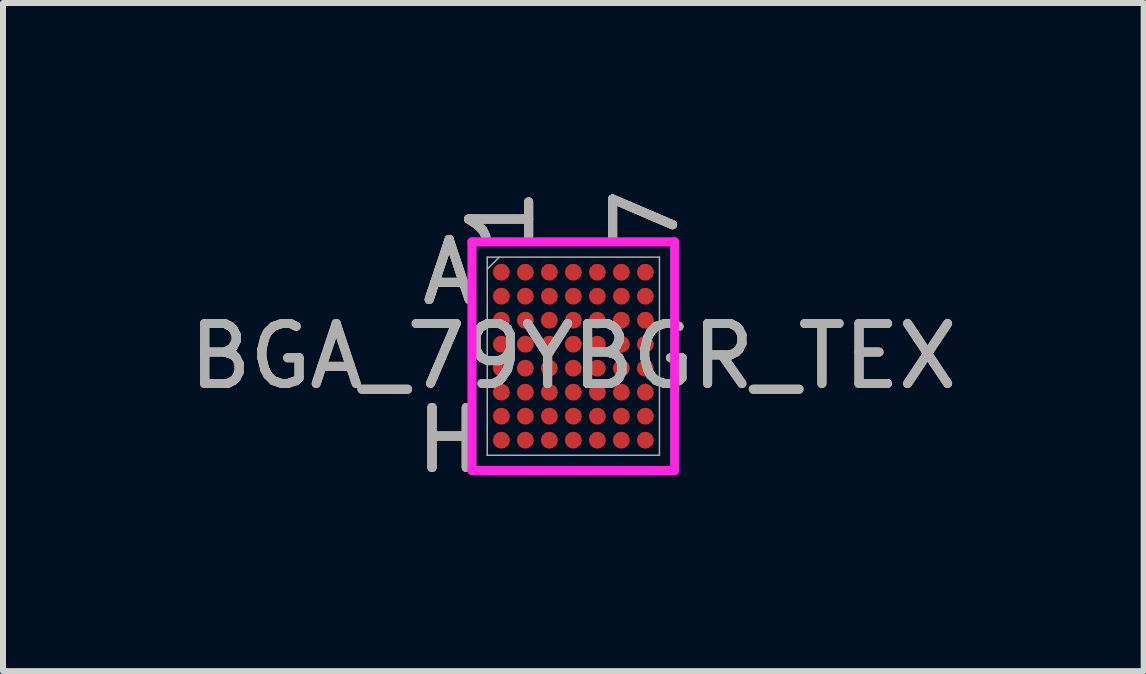
<source format=kicad_pcb>
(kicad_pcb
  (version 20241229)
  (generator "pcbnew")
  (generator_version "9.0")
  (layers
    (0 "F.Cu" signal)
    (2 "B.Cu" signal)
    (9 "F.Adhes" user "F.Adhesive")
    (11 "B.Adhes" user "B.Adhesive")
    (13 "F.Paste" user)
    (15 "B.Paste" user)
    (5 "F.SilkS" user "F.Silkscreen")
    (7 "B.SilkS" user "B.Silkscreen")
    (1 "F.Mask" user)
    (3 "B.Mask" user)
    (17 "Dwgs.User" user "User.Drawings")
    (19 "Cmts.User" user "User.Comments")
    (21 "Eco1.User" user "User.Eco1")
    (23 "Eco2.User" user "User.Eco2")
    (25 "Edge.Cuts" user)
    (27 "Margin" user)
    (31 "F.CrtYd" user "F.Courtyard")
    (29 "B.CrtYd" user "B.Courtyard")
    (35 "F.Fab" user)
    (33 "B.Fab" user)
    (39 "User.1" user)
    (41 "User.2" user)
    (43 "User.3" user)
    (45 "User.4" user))
  (footprint "BGA_79YBGR_TEX"
    (layer "F.Cu")
    (at 6.506 2.887)
    (property "Reference" "BGA_79YBGR_TEX" (at 0 0 0) (unlocked yes) (layer "F.SilkS") (effects (font (size 1 1) (thickness 0.15))))
    (attr smd)
    (fp_poly (pts (xy -1.845 -2.045) (xy 1.845 -2.045) (xy 1.845 2.045) (xy -1.845 2.045)) (stroke (width 0.1) (type solid)) (fill no) (layer "Eco2.User"))
    (fp_line (start -1.689 -1.905) (end 1.689 -1.905) (stroke (width 0.152) (type solid)) (layer "F.CrtYd"))
    (fp_line (start -1.689 1.905) (end -1.689 -1.905) (stroke (width 0.152) (type solid)) (layer "F.CrtYd"))
    (fp_line (start 1.689 -1.905) (end 1.689 1.905) (stroke (width 0.152) (type solid)) (layer "F.CrtYd"))
    (fp_line (start 1.689 1.905) (end -1.689 1.905) (stroke (width 0.152) (type solid)) (layer "F.CrtYd"))
    (fp_line (start -1.435 -1.651) (end -1.435 1.651) (stroke (width 0.025) (type solid)) (layer "F.Fab"))
    (fp_line (start -1.435 1.651) (end 1.435 1.651) (stroke (width 0.025) (type solid)) (layer "F.Fab"))
    (fp_line (start -1.235 -1.651) (end -1.435 -1.451) (stroke (width 0.025) (type solid)) (layer "F.Fab"))
    (fp_line (start 1.435 -1.651) (end -1.435 -1.651) (stroke (width 0.025) (type solid)) (layer "F.Fab"))
    (fp_line (start 1.435 1.651) (end 1.435 -1.651) (stroke (width 0.025) (type solid)) (layer "F.Fab"))
    (fp_text user "7" (at 1.2 -2.286 90) (unlocked yes) (layer "F.SilkS") (effects (font (size 1 1) (thickness 0.15))))
    (fp_text user "H" (at -2.07 1.4 0) (unlocked yes) (layer "F.SilkS") (effects (font (size 1 1) (thickness 0.15))))
    (fp_text user "1" (at -1.2 -2.286 90) (unlocked yes) (layer "F.SilkS") (effects (font (size 1 1) (thickness 0.15))))
    (fp_text user "A" (at -2.07 -1.4 0) (unlocked yes) (layer "F.SilkS") (effects (font (size 1 1) (thickness 0.15))))
    (fp_text user "A" (at -2.07 -1.4 0) (unlocked yes) (layer "B.SilkS") (effects (font (size 1 1) (thickness 0.15))))
    (fp_text user "H" (at -2.07 1.4 0) (unlocked yes) (layer "B.SilkS") (effects (font (size 1 1) (thickness 0.15))))
    (fp_text user "7" (at 1.2 -2.286 90) (unlocked yes) (layer "B.SilkS") (effects (font (size 1 1) (thickness 0.15))))
    (fp_text user "1" (at -1.2 -2.286 90) (unlocked yes) (layer "B.SilkS") (effects (font (size 1 1) (thickness 0.15))))
    (fp_text user "H" (at -2.07 1.4 0) (unlocked yes) (layer "F.Fab") (effects (font (size 1 1) (thickness 0.15))))
    (fp_text user "A" (at -2.07 -1.4 0) (unlocked yes) (layer "F.Fab") (effects (font (size 1 1) (thickness 0.15))))
    (fp_text user "7" (at 1.2 -2.286 90) (unlocked yes) (layer "F.Fab") (effects (font (size 1 1) (thickness 0.15))))
    (fp_text user "1" (at -1.2 -2.286 90) (unlocked yes) (layer "F.Fab") (effects (font (size 1 1) (thickness 0.15))))
    (fp_text user "${REFERENCE}" (at 0 0 0) (unlocked yes) (layer "F.Fab") (effects (font (size 1 1) (thickness 0.15))))
    (pad "A1" smd circle (at -1.2 -1.4) (size 0.279 0.279) (layers "F.Cu" "F.Mask" "F.Paste"))
    (pad "A2" smd circle (at -0.8 -1.4) (size 0.279 0.279) (layers "F.Cu" "F.Mask" "F.Paste"))
    (pad "A3" smd circle (at -0.4 -1.4) (size 0.279 0.279) (layers "F.Cu" "F.Mask" "F.Paste"))
    (pad "A4" smd circle (at 0 -1.4) (size 0.279 0.279) (layers "F.Cu" "F.Mask" "F.Paste"))
    (pad "A5" smd circle (at 0.4 -1.4) (size 0.279 0.279) (layers "F.Cu" "F.Mask" "F.Paste"))
    (pad "A6" smd circle (at 0.8 -1.4) (size 0.279 0.279) (layers "F.Cu" "F.Mask" "F.Paste"))
    (pad "A7" smd circle (at 1.2 -1.4) (size 0.279 0.279) (layers "F.Cu" "F.Mask" "F.Paste"))
    (pad "B1" smd circle (at -1.2 -1) (size 0.279 0.279) (layers "F.Cu" "F.Mask" "F.Paste"))
    (pad "B2" smd circle (at -0.8 -1) (size 0.279 0.279) (layers "F.Cu" "F.Mask" "F.Paste"))
    (pad "B3" smd circle (at -0.4 -1) (size 0.279 0.279) (layers "F.Cu" "F.Mask" "F.Paste"))
    (pad "B4" smd circle (at 0 -1) (size 0.279 0.279) (layers "F.Cu" "F.Mask" "F.Paste"))
    (pad "B5" smd circle (at 0.4 -1) (size 0.279 0.279) (layers "F.Cu" "F.Mask" "F.Paste"))
    (pad "B6" smd circle (at 0.8 -1) (size 0.279 0.279) (layers "F.Cu" "F.Mask" "F.Paste"))
    (pad "B7" smd circle (at 1.2 -1) (size 0.279 0.279) (layers "F.Cu" "F.Mask" "F.Paste"))
    (pad "C1" smd circle (at -1.2 -0.6) (size 0.279 0.279) (layers "F.Cu" "F.Mask" "F.Paste"))
    (pad "C2" smd circle (at -0.8 -0.6) (size 0.279 0.279) (layers "F.Cu" "F.Mask" "F.Paste"))
    (pad "C3" smd circle (at -0.4 -0.6) (size 0.279 0.279) (layers "F.Cu" "F.Mask" "F.Paste"))
    (pad "C4" smd circle (at 0 -0.6) (size 0.279 0.279) (layers "F.Cu" "F.Mask" "F.Paste"))
    (pad "C5" smd circle (at 0.4 -0.6) (size 0.279 0.279) (layers "F.Cu" "F.Mask" "F.Paste"))
    (pad "C6" smd circle (at 0.8 -0.6) (size 0.279 0.279) (layers "F.Cu" "F.Mask" "F.Paste"))
    (pad "C7" smd circle (at 1.2 -0.6) (size 0.279 0.279) (layers "F.Cu" "F.Mask" "F.Paste"))
    (pad "D1" smd circle (at -1.2 -0.2) (size 0.279 0.279) (layers "F.Cu" "F.Mask" "F.Paste"))
    (pad "D2" smd circle (at -0.8 -0.2) (size 0.279 0.279) (layers "F.Cu" "F.Mask" "F.Paste"))
    (pad "D3" smd circle (at -0.4 -0.2) (size 0.279 0.279) (layers "F.Cu" "F.Mask" "F.Paste"))
    (pad "D4" smd circle (at 0 -0.2) (size 0.279 0.279) (layers "F.Cu" "F.Mask" "F.Paste"))
    (pad "D5" smd circle (at 0.4 -0.2) (size 0.279 0.279) (layers "F.Cu" "F.Mask" "F.Paste"))
    (pad "D6" smd circle (at 0.8 -0.2) (size 0.279 0.279) (layers "F.Cu" "F.Mask" "F.Paste"))
    (pad "D7" smd circle (at 1.2 -0.2) (size 0.279 0.279) (layers "F.Cu" "F.Mask" "F.Paste"))
    (pad "E1" smd circle (at -1.2 0.2) (size 0.279 0.279) (layers "F.Cu" "F.Mask" "F.Paste"))
    (pad "E2" smd circle (at -0.8 0.2) (size 0.279 0.279) (layers "F.Cu" "F.Mask" "F.Paste"))
    (pad "E3" smd circle (at -0.4 0.2) (size 0.279 0.279) (layers "F.Cu" "F.Mask" "F.Paste"))
    (pad "E4" smd circle (at 0 0.2) (size 0.279 0.279) (layers "F.Cu" "F.Mask" "F.Paste"))
    (pad "E5" smd circle (at 0.4 0.2) (size 0.279 0.279) (layers "F.Cu" "F.Mask" "F.Paste"))
    (pad "E6" smd circle (at 0.8 0.2) (size 0.279 0.279) (layers "F.Cu" "F.Mask" "F.Paste"))
    (pad "E7" smd circle (at 1.2 0.2) (size 0.279 0.279) (layers "F.Cu" "F.Mask" "F.Paste"))
    (pad "F1" smd circle (at -1.2 0.6) (size 0.279 0.279) (layers "F.Cu" "F.Mask" "F.Paste"))
    (pad "F2" smd circle (at -0.8 0.6) (size 0.279 0.279) (layers "F.Cu" "F.Mask" "F.Paste"))
    (pad "F3" smd circle (at -0.4 0.6) (size 0.279 0.279) (layers "F.Cu" "F.Mask" "F.Paste"))
    (pad "F4" smd circle (at 0 0.6) (size 0.279 0.279) (layers "F.Cu" "F.Mask" "F.Paste"))
    (pad "F5" smd circle (at 0.4 0.6) (size 0.279 0.279) (layers "F.Cu" "F.Mask" "F.Paste"))
    (pad "F6" smd circle (at 0.8 0.6) (size 0.279 0.279) (layers "F.Cu" "F.Mask" "F.Paste"))
    (pad "F7" smd circle (at 1.2 0.6) (size 0.279 0.279) (layers "F.Cu" "F.Mask" "F.Paste"))
    (pad "G1" smd circle (at -1.2 1) (size 0.279 0.279) (layers "F.Cu" "F.Mask" "F.Paste"))
    (pad "G2" smd circle (at -0.8 1) (size 0.279 0.279) (layers "F.Cu" "F.Mask" "F.Paste"))
    (pad "G3" smd circle (at -0.4 1) (size 0.279 0.279) (layers "F.Cu" "F.Mask" "F.Paste"))
    (pad "G4" smd circle (at 0 1) (size 0.279 0.279) (layers "F.Cu" "F.Mask" "F.Paste"))
    (pad "G5" smd circle (at 0.4 1) (size 0.279 0.279) (layers "F.Cu" "F.Mask" "F.Paste"))
    (pad "G6" smd circle (at 0.8 1) (size 0.279 0.279) (layers "F.Cu" "F.Mask" "F.Paste"))
    (pad "G7" smd circle (at 1.2 1) (size 0.279 0.279) (layers "F.Cu" "F.Mask" "F.Paste"))
    (pad "H1" smd circle (at -1.2 1.4) (size 0.279 0.279) (layers "F.Cu" "F.Mask" "F.Paste"))
    (pad "H2" smd circle (at -0.8 1.4) (size 0.279 0.279) (layers "F.Cu" "F.Mask" "F.Paste"))
    (pad "H3" smd circle (at -0.4 1.4) (size 0.279 0.279) (layers "F.Cu" "F.Mask" "F.Paste"))
    (pad "H4" smd circle (at 0 1.4) (size 0.279 0.279) (layers "F.Cu" "F.Mask" "F.Paste"))
    (pad "H5" smd circle (at 0.4 1.4) (size 0.279 0.279) (layers "F.Cu" "F.Mask" "F.Paste"))
    (pad "H6" smd circle (at 0.8 1.4) (size 0.279 0.279) (layers "F.Cu" "F.Mask" "F.Paste"))
    (pad "H7" smd circle (at 1.2 1.4) (size 0.279 0.279) (layers "F.Cu" "F.Mask" "F.Paste")))
  (gr_rect
    (start -3 -3)
    (end 16.012 8.136)
    (stroke (width 0.1) (type default))
    (fill no)
    (layer "Edge.Cuts")))
</source>
